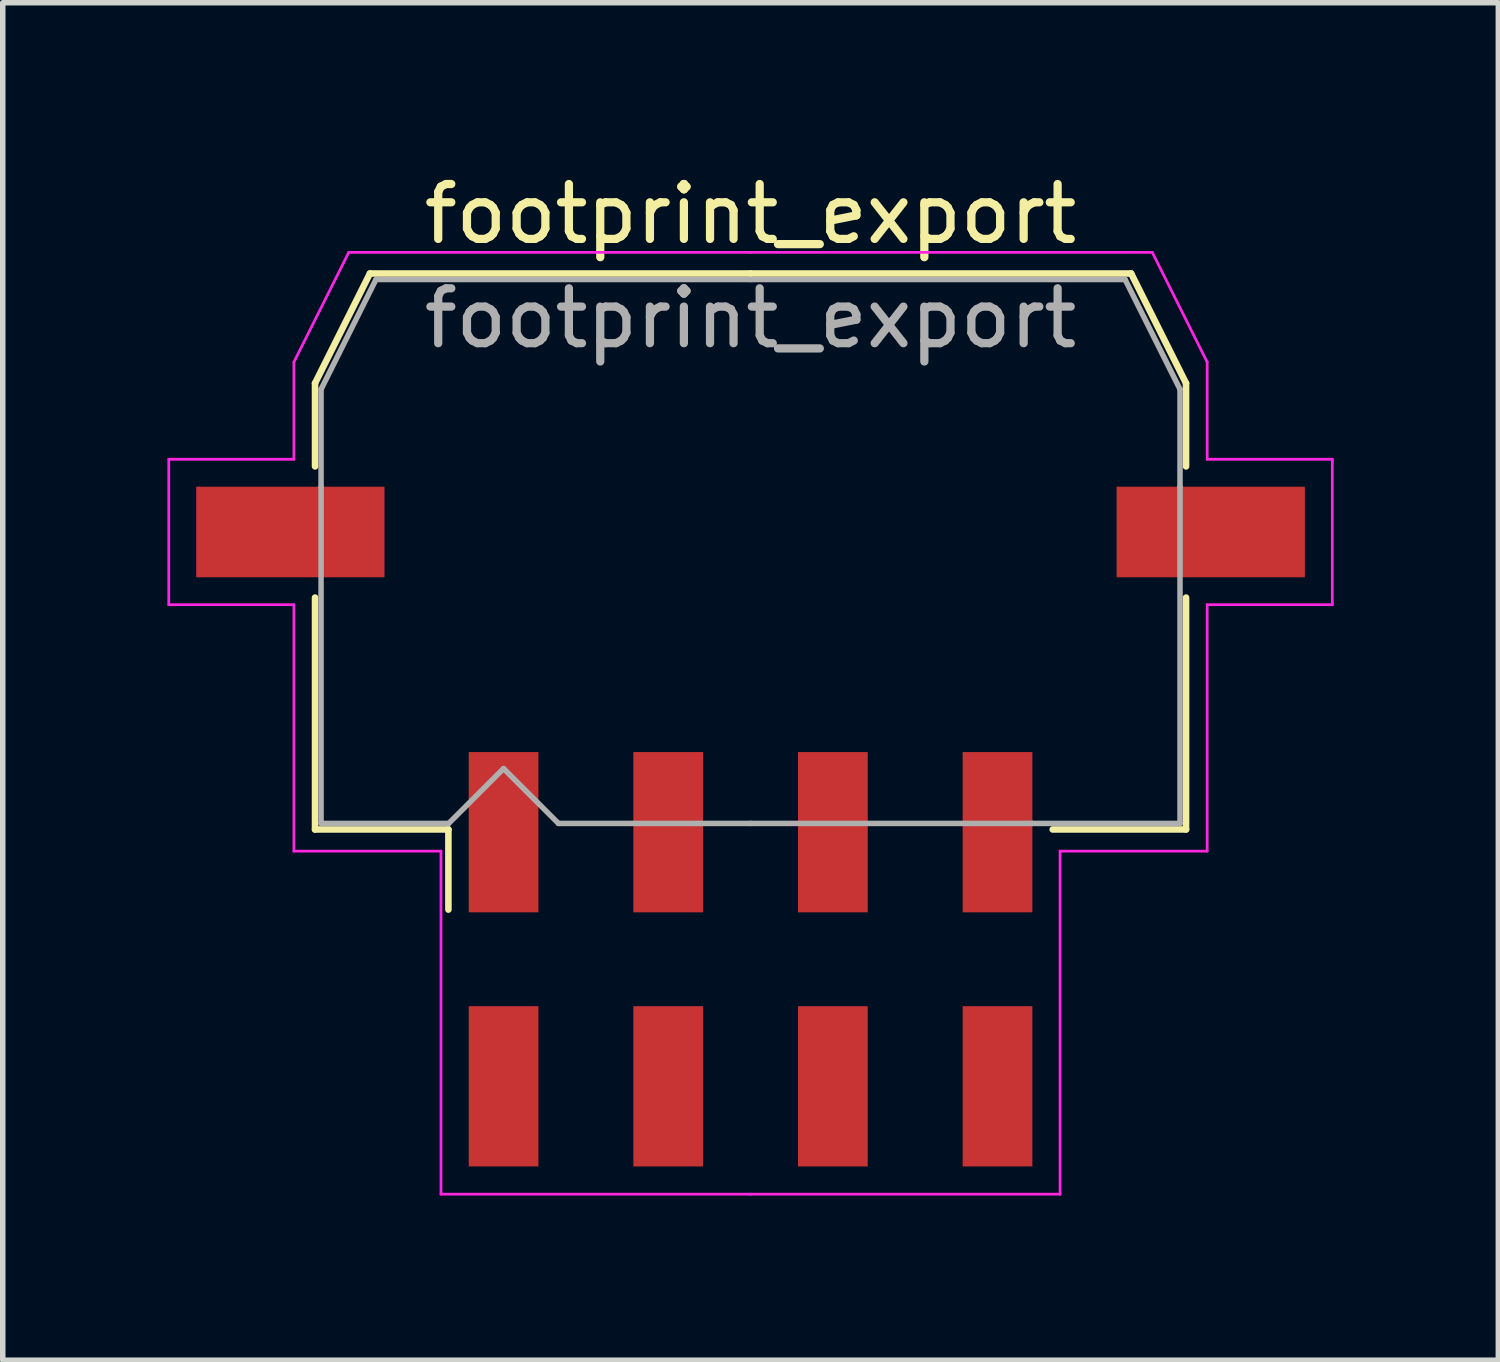
<source format=kicad_pcb>
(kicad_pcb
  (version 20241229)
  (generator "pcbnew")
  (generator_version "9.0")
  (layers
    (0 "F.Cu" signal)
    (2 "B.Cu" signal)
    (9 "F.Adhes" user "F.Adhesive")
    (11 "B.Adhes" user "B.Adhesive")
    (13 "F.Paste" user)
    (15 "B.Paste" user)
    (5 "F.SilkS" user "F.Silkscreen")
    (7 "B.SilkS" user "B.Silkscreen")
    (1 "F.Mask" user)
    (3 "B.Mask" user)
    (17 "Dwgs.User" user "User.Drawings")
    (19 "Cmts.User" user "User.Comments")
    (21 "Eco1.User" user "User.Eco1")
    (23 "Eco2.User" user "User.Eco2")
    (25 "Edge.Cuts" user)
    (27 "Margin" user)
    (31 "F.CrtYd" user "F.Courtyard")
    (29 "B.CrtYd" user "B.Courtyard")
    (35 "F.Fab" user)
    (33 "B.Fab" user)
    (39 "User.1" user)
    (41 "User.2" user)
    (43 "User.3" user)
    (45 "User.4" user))
  (footprint "footprint_export"
    (layer "F.Cu")
    (at 10.625 14.428)
    (property "Reference" "footprint_export" (at 0 -13.58 0) (layer "F.SilkS") (effects (font (size 1 1) (thickness 0.15))))
    (attr smd)
    (fp_line (start -7.935 -10.495) (end -7.935 -8.98) (stroke (width 0.12) (type solid)) (layer "F.SilkS"))
    (fp_line (start -7.935 -6.59) (end -7.935 -2.365) (stroke (width 0.12) (type solid)) (layer "F.SilkS"))
    (fp_line (start -7.935 -2.365) (end -5.505 -2.365) (stroke (width 0.12) (type solid)) (layer "F.SilkS"))
    (fp_line (start -6.935 -12.495) (end -7.935 -10.495) (stroke (width 0.12) (type solid)) (layer "F.SilkS"))
    (fp_line (start -5.505 -2.365) (end -5.505 -0.905) (stroke (width 0.12) (type solid)) (layer "F.SilkS"))
    (fp_line (start 0 -12.495) (end -6.935 -12.495) (stroke (width 0.12) (type solid)) (layer "F.SilkS"))
    (fp_line (start 0 -12.495) (end 6.935 -12.495) (stroke (width 0.12) (type solid)) (layer "F.SilkS"))
    (fp_line (start 6.935 -12.495) (end 7.935 -10.495) (stroke (width 0.12) (type solid)) (layer "F.SilkS"))
    (fp_line (start 7.935 -10.495) (end 7.935 -8.98) (stroke (width 0.12) (type solid)) (layer "F.SilkS"))
    (fp_line (start 7.935 -6.59) (end 7.935 -2.365) (stroke (width 0.12) (type solid)) (layer "F.SilkS"))
    (fp_line (start 7.935 -2.365) (end 5.505 -2.365) (stroke (width 0.12) (type solid)) (layer "F.SilkS"))
    (fp_line (start -10.6 -9.11) (end -10.6 -6.46) (stroke (width 0.05) (type solid)) (layer "F.CrtYd"))
    (fp_line (start -10.6 -6.46) (end -8.32 -6.46) (stroke (width 0.05) (type solid)) (layer "F.CrtYd"))
    (fp_line (start -8.32 -10.88) (end -8.32 -9.11) (stroke (width 0.05) (type solid)) (layer "F.CrtYd"))
    (fp_line (start -8.32 -9.11) (end -10.6 -9.11) (stroke (width 0.05) (type solid)) (layer "F.CrtYd"))
    (fp_line (start -8.32 -6.46) (end -8.32 -1.97) (stroke (width 0.05) (type solid)) (layer "F.CrtYd"))
    (fp_line (start -8.32 -1.97) (end -5.64 -1.97) (stroke (width 0.05) (type solid)) (layer "F.CrtYd"))
    (fp_line (start -7.32 -12.88) (end -8.32 -10.88) (stroke (width 0.05) (type solid)) (layer "F.CrtYd"))
    (fp_line (start -5.64 -1.97) (end -5.64 4.28) (stroke (width 0.05) (type solid)) (layer "F.CrtYd"))
    (fp_line (start -5.64 4.28) (end 0 4.28) (stroke (width 0.05) (type solid)) (layer "F.CrtYd"))
    (fp_line (start 0 -12.88) (end -7.32 -12.88) (stroke (width 0.05) (type solid)) (layer "F.CrtYd"))
    (fp_line (start 0 -12.88) (end 7.32 -12.88) (stroke (width 0.05) (type solid)) (layer "F.CrtYd"))
    (fp_line (start 5.64 -1.97) (end 5.64 4.28) (stroke (width 0.05) (type solid)) (layer "F.CrtYd"))
    (fp_line (start 5.64 4.28) (end 0 4.28) (stroke (width 0.05) (type solid)) (layer "F.CrtYd"))
    (fp_line (start 7.32 -12.88) (end 8.32 -10.88) (stroke (width 0.05) (type solid)) (layer "F.CrtYd"))
    (fp_line (start 8.32 -10.88) (end 8.32 -9.11) (stroke (width 0.05) (type solid)) (layer "F.CrtYd"))
    (fp_line (start 8.32 -9.11) (end 10.6 -9.11) (stroke (width 0.05) (type solid)) (layer "F.CrtYd"))
    (fp_line (start 8.32 -6.46) (end 8.32 -1.97) (stroke (width 0.05) (type solid)) (layer "F.CrtYd"))
    (fp_line (start 8.32 -1.97) (end 5.64 -1.97) (stroke (width 0.05) (type solid)) (layer "F.CrtYd"))
    (fp_line (start 10.6 -9.11) (end 10.6 -6.46) (stroke (width 0.05) (type solid)) (layer "F.CrtYd"))
    (fp_line (start 10.6 -6.46) (end 8.32 -6.46) (stroke (width 0.05) (type solid)) (layer "F.CrtYd"))
    (fp_line (start -7.825 -10.385) (end -7.825 -8.61) (stroke (width 0.1) (type solid)) (layer "F.Fab"))
    (fp_line (start -7.825 -8.61) (end -7.825 -2.475) (stroke (width 0.1) (type solid)) (layer "F.Fab"))
    (fp_line (start -7.825 -2.475) (end -5.5 -2.475) (stroke (width 0.1) (type solid)) (layer "F.Fab"))
    (fp_line (start -6.825 -12.385) (end -7.825 -10.385) (stroke (width 0.1) (type solid)) (layer "F.Fab"))
    (fp_line (start -5.5 -2.475) (end -4.5 -3.475) (stroke (width 0.1) (type solid)) (layer "F.Fab"))
    (fp_line (start -4.5 -3.475) (end -3.5 -2.475) (stroke (width 0.1) (type solid)) (layer "F.Fab"))
    (fp_line (start -3.5 -2.475) (end 0 -2.475) (stroke (width 0.1) (type solid)) (layer "F.Fab"))
    (fp_line (start 0 -12.385) (end -6.825 -12.385) (stroke (width 0.1) (type solid)) (layer "F.Fab"))
    (fp_line (start 0 -12.385) (end 6.825 -12.385) (stroke (width 0.1) (type solid)) (layer "F.Fab"))
    (fp_line (start 5.135 -2.475) (end 0 -2.475) (stroke (width 0.1) (type solid)) (layer "F.Fab"))
    (fp_line (start 6.825 -12.385) (end 7.825 -10.385) (stroke (width 0.1) (type solid)) (layer "F.Fab"))
    (fp_line (start 7.825 -10.385) (end 7.825 -8.61) (stroke (width 0.1) (type solid)) (layer "F.Fab"))
    (fp_line (start 7.825 -8.61) (end 7.825 -2.475) (stroke (width 0.1) (type solid)) (layer "F.Fab"))
    (fp_line (start 7.825 -2.475) (end 5.135 -2.475) (stroke (width 0.1) (type solid)) (layer "F.Fab"))
    (fp_text user "${REFERENCE}" (at 0 -11.68 0) (layer "F.Fab") (effects (font (size 1 1) (thickness 0.15))))
    (pad "1" smd rect (at -4.5 -2.315) (size 1.27 2.92) (layers "F.Cu" "F.Mask" "F.Paste"))
    (pad "2" smd rect (at -1.5 -2.315) (size 1.27 2.92) (layers "F.Cu" "F.Mask" "F.Paste"))
    (pad "3" smd rect (at 1.5 -2.315) (size 1.27 2.92) (layers "F.Cu" "F.Mask" "F.Paste"))
    (pad "4" smd rect (at 4.5 -2.315) (size 1.27 2.92) (layers "F.Cu" "F.Mask" "F.Paste"))
    (pad "5" smd rect (at -4.5 2.315) (size 1.27 2.92) (layers "F.Cu" "F.Mask" "F.Paste"))
    (pad "6" smd rect (at -1.5 2.315) (size 1.27 2.92) (layers "F.Cu" "F.Mask" "F.Paste"))
    (pad "7" smd rect (at 1.5 2.315) (size 1.27 2.92) (layers "F.Cu" "F.Mask" "F.Paste"))
    (pad "8" smd rect (at 4.5 2.315) (size 1.27 2.92) (layers "F.Cu" "F.Mask" "F.Paste"))
    (pad "MP" smd rect (at -8.385 -7.785) (size 3.43 1.65) (layers "F.Cu" "F.Mask" "F.Paste"))
    (pad "MP" smd rect (at 8.385 -7.785) (size 3.43 1.65) (layers "F.Cu" "F.Mask" "F.Paste")))
  (gr_rect
    (start -3 -3)
    (end 24.25 21.733)
    (stroke (width 0.1) (type default))
    (fill no)
    (layer "Edge.Cuts")))
</source>
